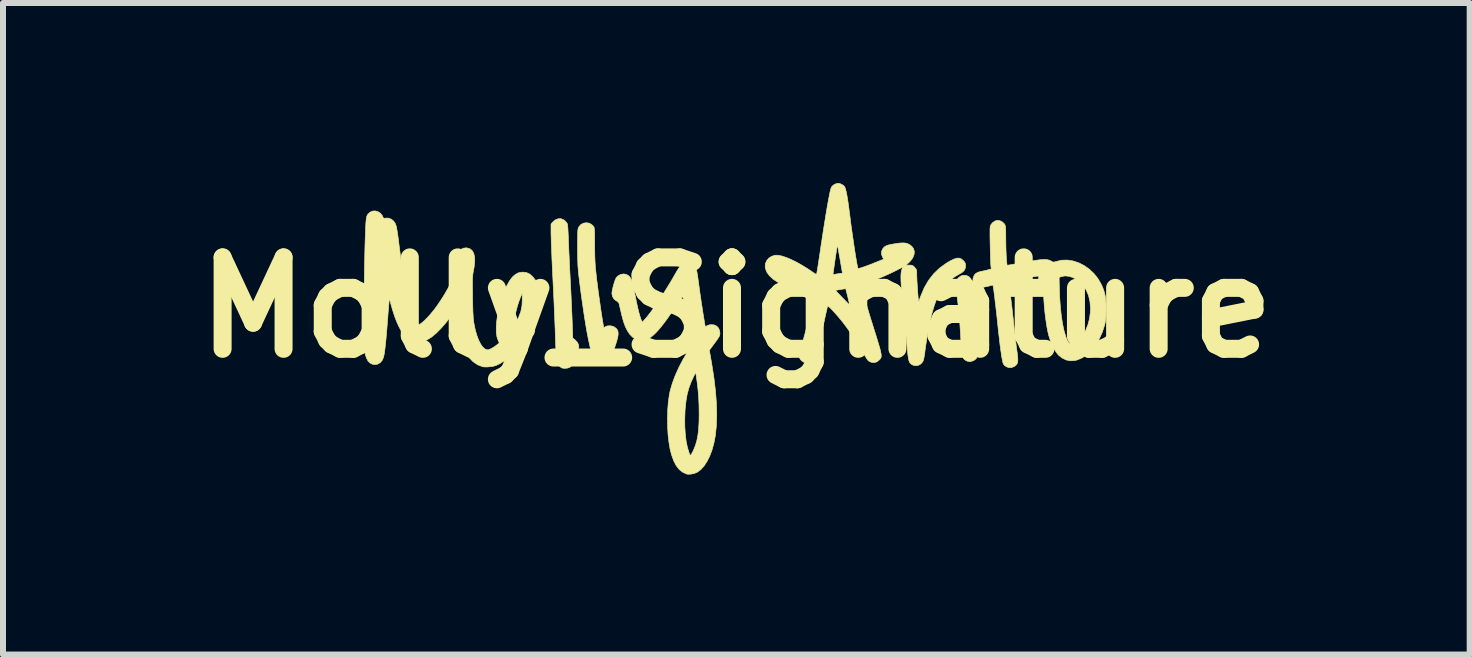
<source format=kicad_pcb>
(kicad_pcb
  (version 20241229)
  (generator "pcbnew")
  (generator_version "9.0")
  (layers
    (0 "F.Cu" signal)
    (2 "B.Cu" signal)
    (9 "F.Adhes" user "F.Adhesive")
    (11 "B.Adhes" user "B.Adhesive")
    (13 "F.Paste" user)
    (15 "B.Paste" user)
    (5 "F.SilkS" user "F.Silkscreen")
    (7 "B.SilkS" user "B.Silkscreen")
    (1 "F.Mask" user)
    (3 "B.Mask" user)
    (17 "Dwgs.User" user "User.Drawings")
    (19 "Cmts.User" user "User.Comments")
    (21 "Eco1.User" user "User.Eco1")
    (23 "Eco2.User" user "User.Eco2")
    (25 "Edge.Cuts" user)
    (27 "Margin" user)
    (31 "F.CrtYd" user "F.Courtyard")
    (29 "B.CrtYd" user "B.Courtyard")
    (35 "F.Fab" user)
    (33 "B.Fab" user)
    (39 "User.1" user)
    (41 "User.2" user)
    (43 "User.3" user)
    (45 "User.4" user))
  (footprint "Molly_Signature"
    (layer "F.Cu")
    (at 9.224 2.075)
    (property "Reference" "Molly_Signature" (at 0 0 0) (layer "F.SilkS") (effects (font (size 1.524 1.524) (thickness 0.3))))
    (attr through_hole)
    (fp_poly (pts (xy 3.832 -0.534) (xy 3.874 -0.515) (xy 3.903 -0.486) (xy 3.916 -0.46) (xy 3.924 -0.426) (xy 3.927 -0.383) (xy 3.929 -0.35) (xy 3.934 -0.301) (xy 3.94 -0.241) (xy 3.947 -0.175) (xy 3.956 -0.107) (xy 3.956 -0.102) (xy 3.965 -0.028) (xy 3.974 0.06) (xy 3.982 0.154) (xy 3.99 0.25) (xy 3.996 0.339) (xy 3.998 0.366) (xy 4.002 0.442) (xy 4.007 0.518) (xy 4.011 0.588) (xy 4.015 0.648) (xy 4.018 0.695) (xy 4.019 0.716) (xy 4.02 0.775) (xy 4.014 0.819) (xy 3.999 0.851) (xy 3.973 0.874) (xy 3.949 0.887) (xy 3.905 0.902) (xy 3.865 0.9) (xy 3.833 0.888) (xy 3.813 0.876) (xy 3.797 0.863) (xy 3.784 0.845) (xy 3.773 0.82) (xy 3.765 0.786) (xy 3.757 0.741) (xy 3.752 0.683) (xy 3.746 0.609) (xy 3.741 0.519) (xy 3.739 0.488) (xy 3.732 0.368) (xy 3.725 0.263) (xy 3.718 0.167) (xy 3.71 0.076) (xy 3.7 -0.017) (xy 3.688 -0.118) (xy 3.682 -0.163) (xy 3.672 -0.247) (xy 3.665 -0.314) (xy 3.663 -0.366) (xy 3.664 -0.407) (xy 3.669 -0.438) (xy 3.679 -0.464) (xy 3.694 -0.485) (xy 3.702 -0.495) (xy 3.741 -0.524) (xy 3.786 -0.537) (xy 3.832 -0.534)) (stroke (width 0.01) (type solid)) (fill yes) (layer "F.SilkS"))
    (fp_poly (pts (xy -2.923 -1.479) (xy -2.883 -1.464) (xy -2.847 -1.436) (xy -2.822 -1.403) (xy -2.816 -1.389) (xy -2.813 -1.369) (xy -2.809 -1.332) (xy -2.806 -1.283) (xy -2.803 -1.224) (xy -2.8 -1.16) (xy -2.8 -1.153) (xy -2.798 -1.1) (xy -2.795 -1.03) (xy -2.792 -0.946) (xy -2.787 -0.851) (xy -2.783 -0.749) (xy -2.778 -0.642) (xy -2.772 -0.534) (xy -2.768 -0.457) (xy -2.763 -0.349) (xy -2.757 -0.238) (xy -2.752 -0.128) (xy -2.747 -0.022) (xy -2.743 0.076) (xy -2.739 0.162) (xy -2.736 0.234) (xy -2.735 0.272) (xy -2.727 0.508) (xy -2.685 0.544) (xy -2.648 0.584) (xy -2.631 0.622) (xy -2.627 0.641) (xy -2.626 0.658) (xy -2.629 0.679) (xy -2.636 0.708) (xy -2.65 0.748) (xy -2.668 0.797) (xy -2.692 0.863) (xy -2.713 0.912) (xy -2.731 0.948) (xy -2.748 0.973) (xy -2.766 0.99) (xy -2.784 1.001) (xy -2.818 1.011) (xy -2.86 1.015) (xy -2.898 1.011) (xy -2.906 1.009) (xy -2.932 0.993) (xy -2.959 0.966) (xy -2.98 0.937) (xy -2.982 0.935) (xy -2.987 0.921) (xy -2.992 0.902) (xy -2.996 0.875) (xy -3 0.839) (xy -3.003 0.792) (xy -3.007 0.732) (xy -3.01 0.657) (xy -3.014 0.566) (xy -3.017 0.457) (xy -3.018 0.437) (xy -3.02 0.364) (xy -3.024 0.275) (xy -3.028 0.171) (xy -3.033 0.058) (xy -3.038 -0.063) (xy -3.044 -0.188) (xy -3.05 -0.314) (xy -3.056 -0.437) (xy -3.058 -0.482) (xy -3.064 -0.596) (xy -3.069 -0.709) (xy -3.074 -0.817) (xy -3.078 -0.919) (xy -3.082 -1.012) (xy -3.085 -1.093) (xy -3.087 -1.161) (xy -3.088 -1.212) (xy -3.089 -1.236) (xy -3.089 -1.391) (xy -3.058 -1.427) (xy -3.017 -1.46) (xy -2.971 -1.478) (xy -2.925 -1.48) (xy -2.923 -1.479)) (stroke (width 0.01) (type solid)) (fill yes) (layer "F.SilkS"))
    (fp_poly (pts (xy -2.46 -1.407) (xy -2.416 -1.386) (xy -2.379 -1.35) (xy -2.374 -1.341) (xy -2.37 -1.328) (xy -2.367 -1.309) (xy -2.365 -1.281) (xy -2.363 -1.242) (xy -2.362 -1.189) (xy -2.362 -1.121) (xy -2.362 -1.041) (xy -2.361 -0.96) (xy -2.36 -0.887) (xy -2.358 -0.82) (xy -2.355 -0.757) (xy -2.351 -0.693) (xy -2.345 -0.626) (xy -2.337 -0.552) (xy -2.328 -0.468) (xy -2.315 -0.372) (xy -2.301 -0.259) (xy -2.296 -0.224) (xy -2.285 -0.147) (xy -2.274 -0.069) (xy -2.263 0.01) (xy -2.252 0.085) (xy -2.241 0.156) (xy -2.231 0.218) (xy -2.222 0.269) (xy -2.216 0.307) (xy -2.211 0.329) (xy -2.209 0.334) (xy -2.2 0.331) (xy -2.183 0.321) (xy -2.15 0.308) (xy -2.108 0.305) (xy -2.065 0.312) (xy -2.035 0.325) (xy -2.004 0.348) (xy -1.983 0.374) (xy -1.972 0.407) (xy -1.97 0.449) (xy -1.978 0.502) (xy -1.996 0.569) (xy -2.011 0.616) (xy -2.041 0.705) (xy -2.071 0.775) (xy -2.102 0.828) (xy -2.134 0.866) (xy -2.169 0.89) (xy -2.209 0.902) (xy -2.24 0.904) (xy -2.286 0.9) (xy -2.323 0.884) (xy -2.328 0.881) (xy -2.351 0.862) (xy -2.371 0.838) (xy -2.39 0.807) (xy -2.407 0.766) (xy -2.424 0.713) (xy -2.441 0.647) (xy -2.459 0.565) (xy -2.479 0.466) (xy -2.484 0.441) (xy -2.499 0.359) (xy -2.515 0.261) (xy -2.533 0.15) (xy -2.551 0.03) (xy -2.569 -0.096) (xy -2.587 -0.222) (xy -2.603 -0.347) (xy -2.618 -0.466) (xy -2.623 -0.508) (xy -2.631 -0.575) (xy -2.636 -0.637) (xy -2.641 -0.697) (xy -2.643 -0.761) (xy -2.645 -0.832) (xy -2.646 -0.916) (xy -2.647 -1.006) (xy -2.646 -1.093) (xy -2.646 -1.162) (xy -2.645 -1.216) (xy -2.644 -1.256) (xy -2.642 -1.286) (xy -2.639 -1.308) (xy -2.635 -1.323) (xy -2.63 -1.335) (xy -2.628 -1.339) (xy -2.597 -1.378) (xy -2.555 -1.403) (xy -2.508 -1.412) (xy -2.46 -1.407)) (stroke (width 0.01) (type solid)) (fill yes) (layer "F.SilkS"))
    (fp_poly (pts (xy -0.798 -0.756) (xy -0.758 -0.742) (xy -0.753 -0.74) (xy -0.719 -0.718) (xy -0.693 -0.689) (xy -0.673 -0.65) (xy -0.658 -0.597) (xy -0.646 -0.528) (xy -0.646 -0.527) (xy -0.639 -0.477) (xy -0.63 -0.414) (xy -0.621 -0.346) (xy -0.612 -0.279) (xy -0.61 -0.264) (xy -0.602 -0.208) (xy -0.592 -0.143) (xy -0.582 -0.071) (xy -0.57 0.003) (xy -0.559 0.077) (xy -0.548 0.145) (xy -0.538 0.206) (xy -0.53 0.255) (xy -0.524 0.289) (xy -0.522 0.298) (xy -0.517 0.317) (xy -0.509 0.319) (xy -0.497 0.309) (xy -0.475 0.298) (xy -0.443 0.289) (xy -0.429 0.287) (xy -0.374 0.29) (xy -0.329 0.31) (xy -0.296 0.345) (xy -0.278 0.393) (xy -0.274 0.428) (xy -0.275 0.448) (xy -0.279 0.467) (xy -0.288 0.487) (xy -0.304 0.513) (xy -0.328 0.548) (xy -0.362 0.594) (xy -0.45 0.713) (xy -0.413 0.923) (xy -0.375 1.165) (xy -0.348 1.39) (xy -0.332 1.599) (xy -0.327 1.793) (xy -0.333 1.972) (xy -0.35 2.136) (xy -0.351 2.142) (xy -0.374 2.262) (xy -0.405 2.374) (xy -0.444 2.477) (xy -0.489 2.567) (xy -0.539 2.643) (xy -0.594 2.704) (xy -0.652 2.746) (xy -0.664 2.752) (xy -0.709 2.769) (xy -0.759 2.778) (xy -0.805 2.78) (xy -0.833 2.775) (xy -0.898 2.744) (xy -0.955 2.698) (xy -1.004 2.634) (xy -1.046 2.552) (xy -1.081 2.453) (xy -1.103 2.368) (xy -1.123 2.252) (xy -1.138 2.123) (xy -1.146 1.987) (xy -1.148 1.854) (xy -0.86 1.854) (xy -0.859 1.986) (xy -0.851 2.112) (xy -0.837 2.228) (xy -0.816 2.331) (xy -0.79 2.416) (xy -0.778 2.447) (xy -0.77 2.461) (xy -0.763 2.462) (xy -0.754 2.453) (xy -0.743 2.434) (xy -0.726 2.403) (xy -0.71 2.369) (xy -0.681 2.296) (xy -0.658 2.218) (xy -0.641 2.13) (xy -0.629 2.03) (xy -0.622 1.916) (xy -0.62 1.786) (xy -0.62 1.77) (xy -0.622 1.632) (xy -0.628 1.504) (xy -0.638 1.377) (xy -0.654 1.242) (xy -0.659 1.207) (xy -0.677 1.082) (xy -0.708 1.143) (xy -0.754 1.242) (xy -0.79 1.339) (xy -0.818 1.438) (xy -0.837 1.546) (xy -0.851 1.666) (xy -0.855 1.717) (xy -0.86 1.854) (xy -1.148 1.854) (xy -1.148 1.847) (xy -1.144 1.709) (xy -1.134 1.577) (xy -1.117 1.457) (xy -1.102 1.385) (xy -1.067 1.264) (xy -1.019 1.135) (xy -0.958 1) (xy -0.888 0.865) (xy -0.819 0.749) (xy -0.755 0.647) (xy -0.783 0.484) (xy -0.794 0.422) (xy -0.806 0.347) (xy -0.82 0.264) (xy -0.834 0.178) (xy -0.847 0.098) (xy -0.848 0.086) (xy -0.859 0.019) (xy -0.869 -0.043) (xy -0.877 -0.097) (xy -0.884 -0.138) (xy -0.888 -0.164) (xy -0.89 -0.17) (xy -0.893 -0.176) (xy -0.901 -0.172) (xy -0.914 -0.158) (xy -0.934 -0.132) (xy -0.962 -0.092) (xy -0.999 -0.037) (xy -1.008 -0.023) (xy -1.088 0.096) (xy -1.159 0.198) (xy -1.224 0.284) (xy -1.282 0.356) (xy -1.334 0.414) (xy -1.382 0.46) (xy -1.426 0.495) (xy -1.468 0.52) (xy -1.475 0.523) (xy -1.543 0.545) (xy -1.609 0.547) (xy -1.672 0.53) (xy -1.73 0.495) (xy -1.781 0.442) (xy -1.821 0.379) (xy -1.838 0.344) (xy -1.854 0.31) (xy -1.868 0.273) (xy -1.882 0.231) (xy -1.896 0.182) (xy -1.912 0.121) (xy -1.929 0.048) (xy -1.95 -0.043) (xy -1.956 -0.068) (xy -1.969 -0.088) (xy -1.993 -0.106) (xy -1.996 -0.107) (xy -2.035 -0.136) (xy -2.062 -0.177) (xy -2.074 -0.224) (xy -2.074 -0.231) (xy -2.072 -0.264) (xy -2.063 -0.309) (xy -2.051 -0.359) (xy -2.036 -0.41) (xy -2.021 -0.455) (xy -2.006 -0.489) (xy -2 -0.5) (xy -1.967 -0.531) (xy -1.924 -0.552) (xy -1.877 -0.559) (xy -1.834 -0.551) (xy -1.826 -0.547) (xy -1.802 -0.533) (xy -1.782 -0.515) (xy -1.765 -0.492) (xy -1.749 -0.461) (xy -1.735 -0.419) (xy -1.72 -0.364) (xy -1.705 -0.294) (xy -1.688 -0.206) (xy -1.687 -0.203) (xy -1.665 -0.093) (xy -1.644 0.004) (xy -1.624 0.086) (xy -1.605 0.152) (xy -1.589 0.199) (xy -1.587 0.203) (xy -1.569 0.246) (xy -1.519 0.191) (xy -1.479 0.144) (xy -1.431 0.082) (xy -1.377 0.008) (xy -1.319 -0.075) (xy -1.259 -0.165) (xy -1.199 -0.258) (xy -1.14 -0.353) (xy -1.084 -0.445) (xy -1.034 -0.532) (xy -1.029 -0.541) (xy -0.984 -0.619) (xy -0.944 -0.678) (xy -0.907 -0.72) (xy -0.871 -0.747) (xy -0.836 -0.758) (xy -0.798 -0.756)) (stroke (width 0.01) (type solid)) (fill yes) (layer "F.SilkS"))
    (fp_poly (pts (xy 4.396 -1.445) (xy 4.436 -1.424) (xy 4.466 -1.395) (xy 4.472 -1.388) (xy 4.478 -1.375) (xy 4.483 -1.359) (xy 4.487 -1.337) (xy 4.489 -1.306) (xy 4.49 -1.263) (xy 4.491 -1.205) (xy 4.491 -1.158) (xy 4.492 -1.09) (xy 4.493 -1.019) (xy 4.495 -0.948) (xy 4.498 -0.881) (xy 4.501 -0.821) (xy 4.505 -0.77) (xy 4.509 -0.732) (xy 4.512 -0.709) (xy 4.514 -0.705) (xy 4.525 -0.705) (xy 4.553 -0.709) (xy 4.595 -0.716) (xy 4.647 -0.725) (xy 4.708 -0.736) (xy 4.731 -0.74) (xy 4.84 -0.761) (xy 4.931 -0.776) (xy 5.006 -0.788) (xy 5.068 -0.796) (xy 5.119 -0.799) (xy 5.159 -0.799) (xy 5.193 -0.794) (xy 5.22 -0.787) (xy 5.245 -0.775) (xy 5.252 -0.771) (xy 5.273 -0.759) (xy 5.291 -0.756) (xy 5.313 -0.761) (xy 5.333 -0.767) (xy 5.424 -0.788) (xy 5.519 -0.79) (xy 5.614 -0.775) (xy 5.708 -0.744) (xy 5.798 -0.698) (xy 5.883 -0.638) (xy 5.96 -0.566) (xy 6.027 -0.482) (xy 6.082 -0.387) (xy 6.099 -0.349) (xy 6.122 -0.292) (xy 6.138 -0.24) (xy 6.15 -0.187) (xy 6.157 -0.13) (xy 6.161 -0.063) (xy 6.162 0.018) (xy 6.162 0.03) (xy 6.161 0.099) (xy 6.16 0.152) (xy 6.157 0.194) (xy 6.153 0.229) (xy 6.146 0.262) (xy 6.139 0.293) (xy 6.099 0.415) (xy 6.048 0.526) (xy 5.989 0.625) (xy 5.922 0.711) (xy 5.848 0.782) (xy 5.77 0.837) (xy 5.687 0.873) (xy 5.646 0.884) (xy 5.57 0.889) (xy 5.497 0.875) (xy 5.428 0.841) (xy 5.366 0.791) (xy 5.332 0.748) (xy 5.296 0.69) (xy 5.262 0.621) (xy 5.232 0.546) (xy 5.208 0.469) (xy 5.207 0.467) (xy 5.189 0.39) (xy 5.172 0.296) (xy 5.157 0.192) (xy 5.143 0.082) (xy 5.133 -0.03) (xy 5.125 -0.138) (xy 5.121 -0.238) (xy 5.121 -0.277) (xy 5.12 -0.32) (xy 5.118 -0.348) (xy 5.113 -0.364) (xy 5.105 -0.373) (xy 5.1 -0.376) (xy 5.073 -0.4) (xy 5.052 -0.436) (xy 5.04 -0.476) (xy 5.039 -0.489) (xy 5.039 -0.501) (xy 5.38 -0.501) (xy 5.383 -0.36) (xy 5.389 -0.176) (xy 5.401 -0.009) (xy 5.417 0.143) (xy 5.438 0.276) (xy 5.463 0.391) (xy 5.472 0.422) (xy 5.496 0.499) (xy 5.521 0.556) (xy 5.547 0.594) (xy 5.575 0.615) (xy 5.606 0.618) (xy 5.641 0.606) (xy 5.666 0.589) (xy 5.726 0.534) (xy 5.78 0.462) (xy 5.825 0.377) (xy 5.862 0.283) (xy 5.888 0.182) (xy 5.901 0.079) (xy 5.903 0.026) (xy 5.895 -0.093) (xy 5.871 -0.199) (xy 5.831 -0.292) (xy 5.775 -0.374) (xy 5.74 -0.411) (xy 5.677 -0.462) (xy 5.61 -0.499) (xy 5.542 -0.52) (xy 5.477 -0.526) (xy 5.42 -0.515) (xy 5.38 -0.501) (xy 5.039 -0.501) (xy 5.039 -0.525) (xy 4.981 -0.516) (xy 4.95 -0.511) (xy 4.907 -0.503) (xy 4.855 -0.494) (xy 4.798 -0.483) (xy 4.74 -0.472) (xy 4.683 -0.461) (xy 4.632 -0.451) (xy 4.589 -0.442) (xy 4.559 -0.436) (xy 4.544 -0.432) (xy 4.543 -0.432) (xy 4.544 -0.421) (xy 4.546 -0.394) (xy 4.551 -0.352) (xy 4.557 -0.299) (xy 4.564 -0.239) (xy 4.566 -0.227) (xy 4.574 -0.16) (xy 4.584 -0.079) (xy 4.595 0.012) (xy 4.605 0.107) (xy 4.616 0.201) (xy 4.623 0.269) (xy 4.632 0.353) (xy 4.642 0.438) (xy 4.651 0.52) (xy 4.66 0.594) (xy 4.668 0.657) (xy 4.674 0.701) (xy 4.684 0.777) (xy 4.69 0.835) (xy 4.692 0.879) (xy 4.689 0.913) (xy 4.68 0.938) (xy 4.665 0.958) (xy 4.644 0.976) (xy 4.634 0.983) (xy 4.588 1.002) (xy 4.54 1.002) (xy 4.504 0.989) (xy 4.476 0.971) (xy 4.455 0.948) (xy 4.454 0.947) (xy 4.445 0.924) (xy 4.435 0.881) (xy 4.423 0.819) (xy 4.411 0.737) (xy 4.397 0.636) (xy 4.383 0.517) (xy 4.367 0.379) (xy 4.359 0.3) (xy 4.348 0.196) (xy 4.337 0.095) (xy 4.326 -0.002) (xy 4.315 -0.092) (xy 4.306 -0.172) (xy 4.297 -0.24) (xy 4.29 -0.295) (xy 4.284 -0.333) (xy 4.282 -0.347) (xy 4.276 -0.374) (xy 4.203 -0.355) (xy 4.127 -0.339) (xy 4.065 -0.338) (xy 4.017 -0.35) (xy 3.981 -0.375) (xy 3.956 -0.416) (xy 3.953 -0.425) (xy 3.944 -0.455) (xy 3.944 -0.479) (xy 3.953 -0.51) (xy 3.969 -0.544) (xy 3.994 -0.569) (xy 4.031 -0.588) (xy 4.084 -0.602) (xy 4.089 -0.603) (xy 4.133 -0.612) (xy 4.176 -0.622) (xy 4.205 -0.63) (xy 4.249 -0.642) (xy 4.243 -0.694) (xy 4.241 -0.718) (xy 4.239 -0.759) (xy 4.237 -0.814) (xy 4.235 -0.879) (xy 4.233 -0.953) (xy 4.231 -1.032) (xy 4.231 -1.046) (xy 4.229 -1.133) (xy 4.228 -1.201) (xy 4.228 -1.254) (xy 4.228 -1.294) (xy 4.229 -1.324) (xy 4.232 -1.345) (xy 4.235 -1.36) (xy 4.24 -1.372) (xy 4.244 -1.381) (xy 4.271 -1.413) (xy 4.307 -1.439) (xy 4.346 -1.452) (xy 4.357 -1.453) (xy 4.396 -1.445)) (stroke (width 0.01) (type solid)) (fill yes) (layer "F.SilkS"))
    (fp_poly (pts (xy -5.974 -1.597) (xy -5.934 -1.572) (xy -5.905 -1.536) (xy -5.899 -1.523) (xy -5.887 -1.498) (xy -5.876 -1.487) (xy -5.859 -1.487) (xy -5.848 -1.489) (xy -5.798 -1.489) (xy -5.751 -1.471) (xy -5.711 -1.438) (xy -5.682 -1.394) (xy -5.679 -1.387) (xy -5.674 -1.37) (xy -5.668 -1.35) (xy -5.662 -1.325) (xy -5.657 -1.292) (xy -5.65 -1.25) (xy -5.642 -1.197) (xy -5.633 -1.13) (xy -5.623 -1.047) (xy -5.61 -0.947) (xy -5.607 -0.925) (xy -5.585 -0.752) (xy -5.564 -0.598) (xy -5.543 -0.461) (xy -5.522 -0.339) (xy -5.501 -0.231) (xy -5.48 -0.135) (xy -5.457 -0.05) (xy -5.434 0.027) (xy -5.408 0.096) (xy -5.406 0.102) (xy -5.377 0.171) (xy -5.35 0.224) (xy -5.326 0.262) (xy -5.305 0.282) (xy -5.296 0.284) (xy -5.273 0.277) (xy -5.24 0.254) (xy -5.2 0.219) (xy -5.154 0.173) (xy -5.104 0.118) (xy -5.053 0.057) (xy -5.027 0.024) (xy -4.973 -0.051) (xy -4.917 -0.134) (xy -4.862 -0.222) (xy -4.811 -0.311) (xy -4.766 -0.395) (xy -4.73 -0.472) (xy -4.711 -0.518) (xy -4.696 -0.567) (xy -4.685 -0.625) (xy -4.679 -0.671) (xy -4.67 -0.751) (xy -4.66 -0.82) (xy -4.649 -0.876) (xy -4.636 -0.915) (xy -4.629 -0.93) (xy -4.593 -0.967) (xy -4.547 -0.989) (xy -4.497 -0.994) (xy -4.445 -0.98) (xy -4.444 -0.979) (xy -4.405 -0.95) (xy -4.378 -0.904) (xy -4.363 -0.842) (xy -4.361 -0.765) (xy -4.371 -0.672) (xy -4.379 -0.63) (xy -4.385 -0.598) (xy -4.39 -0.569) (xy -4.394 -0.54) (xy -4.396 -0.509) (xy -4.398 -0.472) (xy -4.399 -0.428) (xy -4.399 -0.372) (xy -4.398 -0.304) (xy -4.397 -0.218) (xy -4.397 -0.174) (xy -4.395 -0.075) (xy -4.393 0.007) (xy -4.391 0.074) (xy -4.388 0.129) (xy -4.385 0.175) (xy -4.381 0.216) (xy -4.376 0.253) (xy -4.37 0.286) (xy -4.35 0.382) (xy -4.324 0.469) (xy -4.295 0.546) (xy -4.262 0.61) (xy -4.228 0.659) (xy -4.193 0.69) (xy -4.18 0.697) (xy -4.157 0.705) (xy -4.137 0.706) (xy -4.113 0.698) (xy -4.097 0.691) (xy -4.061 0.672) (xy -4.022 0.647) (xy -4.004 0.633) (xy -3.978 0.613) (xy -3.96 0.598) (xy -3.954 0.593) (xy -3.956 0.583) (xy -3.964 0.561) (xy -3.973 0.543) (xy -3.991 0.488) (xy -4.001 0.417) (xy -4.002 0.335) (xy -4 0.31) (xy -3.71 0.31) (xy -3.688 0.274) (xy -3.672 0.247) (xy -3.651 0.209) (xy -3.631 0.169) (xy -3.631 0.169) (xy -3.593 0.071) (xy -3.573 -0.03) (xy -3.568 -0.14) (xy -3.568 -0.142) (xy -3.571 -0.239) (xy -3.605 -0.152) (xy -3.63 -0.085) (xy -3.653 -0.009) (xy -3.674 0.07) (xy -3.69 0.145) (xy -3.701 0.211) (xy -3.704 0.237) (xy -3.71 0.31) (xy -4 0.31) (xy -3.996 0.242) (xy -3.983 0.142) (xy -3.963 0.039) (xy -3.937 -0.066) (xy -3.906 -0.169) (xy -3.869 -0.268) (xy -3.828 -0.36) (xy -3.823 -0.368) (xy -3.778 -0.447) (xy -3.732 -0.508) (xy -3.684 -0.55) (xy -3.633 -0.577) (xy -3.576 -0.588) (xy -3.558 -0.589) (xy -3.497 -0.581) (xy -3.443 -0.556) (xy -3.393 -0.511) (xy -3.391 -0.509) (xy -3.348 -0.454) (xy -3.316 -0.394) (xy -3.295 -0.326) (xy -3.282 -0.245) (xy -3.278 -0.15) (xy -3.277 -0.127) (xy -3.284 -0.006) (xy -3.302 0.103) (xy -3.332 0.203) (xy -3.347 0.239) (xy -3.362 0.274) (xy -3.367 0.3) (xy -3.366 0.323) (xy -3.363 0.335) (xy -3.36 0.387) (xy -3.375 0.441) (xy -3.382 0.454) (xy -3.395 0.469) (xy -3.42 0.49) (xy -3.453 0.516) (xy -3.472 0.529) (xy -3.51 0.557) (xy -3.544 0.584) (xy -3.569 0.607) (xy -3.575 0.614) (xy -3.592 0.633) (xy -3.619 0.662) (xy -3.654 0.698) (xy -3.693 0.737) (xy -3.702 0.747) (xy -3.786 0.824) (xy -3.866 0.888) (xy -3.942 0.937) (xy -4.006 0.967) (xy -4.05 0.98) (xy -4.103 0.988) (xy -4.157 0.992) (xy -4.206 0.991) (xy -4.232 0.987) (xy -4.313 0.955) (xy -4.388 0.904) (xy -4.456 0.834) (xy -4.517 0.746) (xy -4.569 0.64) (xy -4.595 0.574) (xy -4.62 0.494) (xy -4.642 0.399) (xy -4.66 0.294) (xy -4.673 0.186) (xy -4.674 0.178) (xy -4.679 0.13) (xy -4.683 0.091) (xy -4.687 0.064) (xy -4.689 0.053) (xy -4.689 0.053) (xy -4.695 0.06) (xy -4.711 0.08) (xy -4.734 0.11) (xy -4.758 0.144) (xy -4.841 0.255) (xy -4.924 0.35) (xy -5.004 0.43) (xy -5.08 0.493) (xy -5.152 0.538) (xy -5.168 0.546) (xy -5.243 0.57) (xy -5.318 0.574) (xy -5.391 0.56) (xy -5.46 0.527) (xy -5.523 0.475) (xy -5.532 0.465) (xy -5.576 0.407) (xy -5.619 0.331) (xy -5.661 0.24) (xy -5.7 0.137) (xy -5.736 0.023) (xy -5.755 -0.045) (xy -5.766 -0.087) (xy -5.775 -0.121) (xy -5.781 -0.142) (xy -5.783 -0.148) (xy -5.785 -0.139) (xy -5.788 -0.112) (xy -5.791 -0.069) (xy -5.796 -0.012) (xy -5.802 0.056) (xy -5.808 0.133) (xy -5.814 0.217) (xy -5.815 0.222) (xy -5.825 0.357) (xy -5.835 0.473) (xy -5.844 0.571) (xy -5.853 0.653) (xy -5.861 0.72) (xy -5.869 0.774) (xy -5.878 0.815) (xy -5.883 0.835) (xy -5.906 0.886) (xy -5.941 0.923) (xy -5.984 0.946) (xy -6.033 0.952) (xy -6.063 0.947) (xy -6.106 0.926) (xy -6.14 0.892) (xy -6.166 0.841) (xy -6.18 0.801) (xy -6.185 0.782) (xy -6.189 0.761) (xy -6.193 0.738) (xy -6.196 0.711) (xy -6.198 0.676) (xy -6.2 0.632) (xy -6.201 0.577) (xy -6.203 0.509) (xy -6.204 0.425) (xy -6.205 0.324) (xy -6.205 0.295) (xy -6.206 0.192) (xy -6.206 0.075) (xy -6.206 -0.053) (xy -6.205 -0.19) (xy -6.203 -0.332) (xy -6.201 -0.478) (xy -6.199 -0.624) (xy -6.196 -0.767) (xy -6.193 -0.904) (xy -6.19 -1.033) (xy -6.186 -1.152) (xy -6.182 -1.256) (xy -6.179 -1.343) (xy -6.178 -1.36) (xy -6.174 -1.426) (xy -6.169 -1.474) (xy -6.163 -1.51) (xy -6.153 -1.537) (xy -6.14 -1.557) (xy -6.12 -1.575) (xy -6.103 -1.589) (xy -6.063 -1.607) (xy -6.018 -1.609) (xy -5.974 -1.597)) (stroke (width 0.01) (type solid)) (fill yes) (layer "F.SilkS"))
    (fp_poly (pts (xy 1.727 -2.064) (xy 1.742 -2.058) (xy 1.773 -2.042) (xy 1.798 -2.022) (xy 1.803 -2.015) (xy 1.813 -1.996) (xy 1.822 -1.967) (xy 1.832 -1.926) (xy 1.843 -1.872) (xy 1.854 -1.804) (xy 1.867 -1.72) (xy 1.88 -1.619) (xy 1.896 -1.499) (xy 1.9 -1.468) (xy 1.91 -1.386) (xy 1.922 -1.299) (xy 1.935 -1.209) (xy 1.948 -1.119) (xy 1.961 -1.03) (xy 1.974 -0.945) (xy 1.986 -0.867) (xy 1.998 -0.797) (xy 2.008 -0.739) (xy 2.017 -0.693) (xy 2.023 -0.663) (xy 2.027 -0.652) (xy 2.041 -0.651) (xy 2.072 -0.659) (xy 2.12 -0.675) (xy 2.183 -0.697) (xy 2.262 -0.727) (xy 2.303 -0.744) (xy 2.457 -0.805) (xy 2.438 -0.837) (xy 2.42 -0.884) (xy 2.42 -0.932) (xy 2.439 -0.977) (xy 2.449 -0.99) (xy 2.468 -1.009) (xy 2.49 -1.024) (xy 2.517 -1.036) (xy 2.555 -1.046) (xy 2.606 -1.056) (xy 2.635 -1.061) (xy 2.709 -1.072) (xy 2.767 -1.076) (xy 2.814 -1.074) (xy 2.853 -1.064) (xy 2.876 -1.054) (xy 2.923 -1.021) (xy 2.954 -0.979) (xy 2.967 -0.931) (xy 2.962 -0.88) (xy 2.94 -0.826) (xy 2.901 -0.773) (xy 2.878 -0.751) (xy 2.828 -0.706) (xy 2.883 -0.706) (xy 2.917 -0.705) (xy 2.939 -0.698) (xy 2.959 -0.683) (xy 2.973 -0.668) (xy 2.99 -0.648) (xy 3.001 -0.63) (xy 3.006 -0.608) (xy 3.007 -0.577) (xy 3.007 -0.551) (xy 3.008 -0.509) (xy 3.01 -0.454) (xy 3.014 -0.391) (xy 3.018 -0.325) (xy 3.022 -0.262) (xy 3.027 -0.205) (xy 3.031 -0.16) (xy 3.034 -0.138) (xy 3.04 -0.097) (xy 3.073 -0.188) (xy 3.132 -0.328) (xy 3.203 -0.451) (xy 3.288 -0.56) (xy 3.386 -0.655) (xy 3.499 -0.737) (xy 3.568 -0.778) (xy 3.627 -0.806) (xy 3.673 -0.821) (xy 3.711 -0.823) (xy 3.743 -0.813) (xy 3.775 -0.789) (xy 3.781 -0.784) (xy 3.804 -0.758) (xy 3.816 -0.736) (xy 3.82 -0.71) (xy 3.82 -0.693) (xy 3.815 -0.65) (xy 3.797 -0.615) (xy 3.765 -0.585) (xy 3.725 -0.562) (xy 3.64 -0.512) (xy 3.558 -0.45) (xy 3.485 -0.38) (xy 3.424 -0.307) (xy 3.396 -0.263) (xy 3.365 -0.201) (xy 3.332 -0.123) (xy 3.3 -0.034) (xy 3.27 0.064) (xy 3.256 0.117) (xy 3.241 0.179) (xy 3.224 0.257) (xy 3.207 0.346) (xy 3.189 0.442) (xy 3.172 0.539) (xy 3.157 0.633) (xy 3.145 0.72) (xy 3.139 0.769) (xy 3.13 0.824) (xy 3.121 0.869) (xy 3.11 0.899) (xy 3.108 0.904) (xy 3.074 0.942) (xy 3.033 0.965) (xy 2.987 0.972) (xy 2.941 0.96) (xy 2.936 0.957) (xy 2.916 0.945) (xy 2.901 0.932) (xy 2.888 0.915) (xy 2.878 0.892) (xy 2.87 0.859) (xy 2.863 0.816) (xy 2.856 0.759) (xy 2.849 0.686) (xy 2.844 0.629) (xy 2.837 0.544) (xy 2.828 0.445) (xy 2.818 0.341) (xy 2.807 0.237) (xy 2.797 0.142) (xy 2.794 0.112) (xy 2.778 -0.036) (xy 2.765 -0.165) (xy 2.755 -0.276) (xy 2.748 -0.37) (xy 2.744 -0.449) (xy 2.743 -0.514) (xy 2.745 -0.565) (xy 2.75 -0.604) (xy 2.758 -0.632) (xy 2.761 -0.641) (xy 2.779 -0.676) (xy 2.647 -0.608) (xy 2.564 -0.568) (xy 2.469 -0.525) (xy 2.369 -0.483) (xy 2.27 -0.445) (xy 2.181 -0.413) (xy 2.156 -0.405) (xy 2.121 -0.393) (xy 2.095 -0.381) (xy 2.083 -0.373) (xy 2.083 -0.371) (xy 2.086 -0.352) (xy 2.094 -0.316) (xy 2.107 -0.266) (xy 2.124 -0.203) (xy 2.145 -0.131) (xy 2.168 -0.051) (xy 2.193 0.034) (xy 2.219 0.121) (xy 2.246 0.208) (xy 2.259 0.249) (xy 2.296 0.368) (xy 2.328 0.469) (xy 2.354 0.554) (xy 2.375 0.624) (xy 2.392 0.682) (xy 2.404 0.728) (xy 2.411 0.765) (xy 2.415 0.793) (xy 2.415 0.815) (xy 2.412 0.832) (xy 2.405 0.846) (xy 2.397 0.859) (xy 2.385 0.871) (xy 2.381 0.876) (xy 2.339 0.908) (xy 2.294 0.92) (xy 2.245 0.912) (xy 2.234 0.907) (xy 2.214 0.897) (xy 2.198 0.885) (xy 2.182 0.867) (xy 2.164 0.839) (xy 2.141 0.799) (xy 2.129 0.776) (xy 2.088 0.706) (xy 2.038 0.624) (xy 1.981 0.537) (xy 1.921 0.448) (xy 1.861 0.363) (xy 1.804 0.285) (xy 1.764 0.233) (xy 1.71 0.168) (xy 1.66 0.11) (xy 1.615 0.06) (xy 1.578 0.021) (xy 1.549 -0.006) (xy 1.529 -0.02) (xy 1.521 -0.02) (xy 1.517 -0.006) (xy 1.51 0.024) (xy 1.5 0.069) (xy 1.487 0.125) (xy 1.473 0.189) (xy 1.464 0.234) (xy 1.447 0.306) (xy 1.431 0.378) (xy 1.416 0.443) (xy 1.402 0.499) (xy 1.392 0.542) (xy 1.388 0.555) (xy 1.377 0.599) (xy 1.372 0.633) (xy 1.372 0.651) (xy 1.373 0.652) (xy 1.378 0.67) (xy 1.381 0.699) (xy 1.382 0.712) (xy 1.377 0.753) (xy 1.36 0.788) (xy 1.353 0.799) (xy 1.322 0.836) (xy 1.286 0.872) (xy 1.251 0.9) (xy 1.221 0.918) (xy 1.214 0.92) (xy 1.166 0.923) (xy 1.119 0.91) (xy 1.084 0.885) (xy 1.065 0.862) (xy 1.053 0.837) (xy 1.049 0.805) (xy 1.052 0.765) (xy 1.063 0.714) (xy 1.082 0.648) (xy 1.091 0.619) (xy 1.115 0.541) (xy 1.137 0.462) (xy 1.159 0.379) (xy 1.181 0.287) (xy 1.204 0.184) (xy 1.228 0.067) (xy 1.245 -0.015) (xy 1.26 -0.088) (xy 1.27 -0.143) (xy 1.277 -0.183) (xy 1.281 -0.212) (xy 1.282 -0.231) (xy 1.281 -0.243) (xy 1.277 -0.251) (xy 1.272 -0.256) (xy 1.255 -0.265) (xy 1.22 -0.275) (xy 1.169 -0.284) (xy 1.161 -0.285) (xy 1.651 -0.285) (xy 1.658 -0.278) (xy 1.676 -0.259) (xy 1.704 -0.23) (xy 1.739 -0.193) (xy 1.768 -0.163) (xy 1.807 -0.123) (xy 1.84 -0.089) (xy 1.866 -0.063) (xy 1.883 -0.048) (xy 1.887 -0.044) (xy 1.885 -0.055) (xy 1.88 -0.081) (xy 1.871 -0.119) (xy 1.86 -0.167) (xy 1.857 -0.178) (xy 1.845 -0.227) (xy 1.834 -0.268) (xy 1.827 -0.297) (xy 1.823 -0.312) (xy 1.823 -0.312) (xy 1.814 -0.312) (xy 1.789 -0.308) (xy 1.753 -0.302) (xy 1.737 -0.3) (xy 1.698 -0.293) (xy 1.669 -0.288) (xy 1.653 -0.285) (xy 1.651 -0.285) (xy 1.161 -0.285) (xy 1.132 -0.289) (xy 1.003 -0.31) (xy 0.886 -0.34) (xy 0.781 -0.377) (xy 0.69 -0.421) (xy 0.614 -0.471) (xy 0.553 -0.527) (xy 0.538 -0.547) (xy 1.61 -0.547) (xy 1.637 -0.552) (xy 1.662 -0.557) (xy 1.698 -0.562) (xy 1.716 -0.565) (xy 1.77 -0.572) (xy 1.762 -0.608) (xy 1.758 -0.63) (xy 1.752 -0.668) (xy 1.743 -0.718) (xy 1.733 -0.776) (xy 1.723 -0.836) (xy 1.712 -0.895) (xy 1.703 -0.948) (xy 1.695 -0.99) (xy 1.689 -1.019) (xy 1.685 -1.031) (xy 1.685 -1.031) (xy 1.682 -1.023) (xy 1.677 -0.997) (xy 1.67 -0.957) (xy 1.662 -0.904) (xy 1.652 -0.842) (xy 1.645 -0.792) (xy 1.61 -0.547) (xy 0.538 -0.547) (xy 0.509 -0.587) (xy 0.484 -0.651) (xy 0.48 -0.677) (xy 0.484 -0.73) (xy 0.505 -0.779) (xy 0.54 -0.821) (xy 0.587 -0.852) (xy 0.643 -0.87) (xy 0.649 -0.871) (xy 0.698 -0.87) (xy 0.76 -0.857) (xy 0.833 -0.833) (xy 0.914 -0.799) (xy 1.002 -0.756) (xy 1.094 -0.704) (xy 1.188 -0.646) (xy 1.253 -0.602) (xy 1.287 -0.579) (xy 1.315 -0.561) (xy 1.333 -0.552) (xy 1.337 -0.551) (xy 1.339 -0.562) (xy 1.344 -0.591) (xy 1.352 -0.635) (xy 1.361 -0.693) (xy 1.372 -0.763) (xy 1.384 -0.842) (xy 1.397 -0.929) (xy 1.402 -0.966) (xy 1.429 -1.144) (xy 1.454 -1.307) (xy 1.478 -1.455) (xy 1.499 -1.587) (xy 1.519 -1.702) (xy 1.537 -1.799) (xy 1.552 -1.879) (xy 1.565 -1.941) (xy 1.577 -1.984) (xy 1.585 -2.007) (xy 1.586 -2.008) (xy 1.617 -2.04) (xy 1.651 -2.058) (xy 1.681 -2.068) (xy 1.702 -2.07) (xy 1.727 -2.064)) (stroke (width 0.01) (type solid)) (fill yes) (layer "F.SilkS")))
  (gr_rect
    (start -3 -3)
    (end 21.448 7.86)
    (stroke (width 0.1) (type default))
    (fill no)
    (layer "Edge.Cuts")))
</source>
